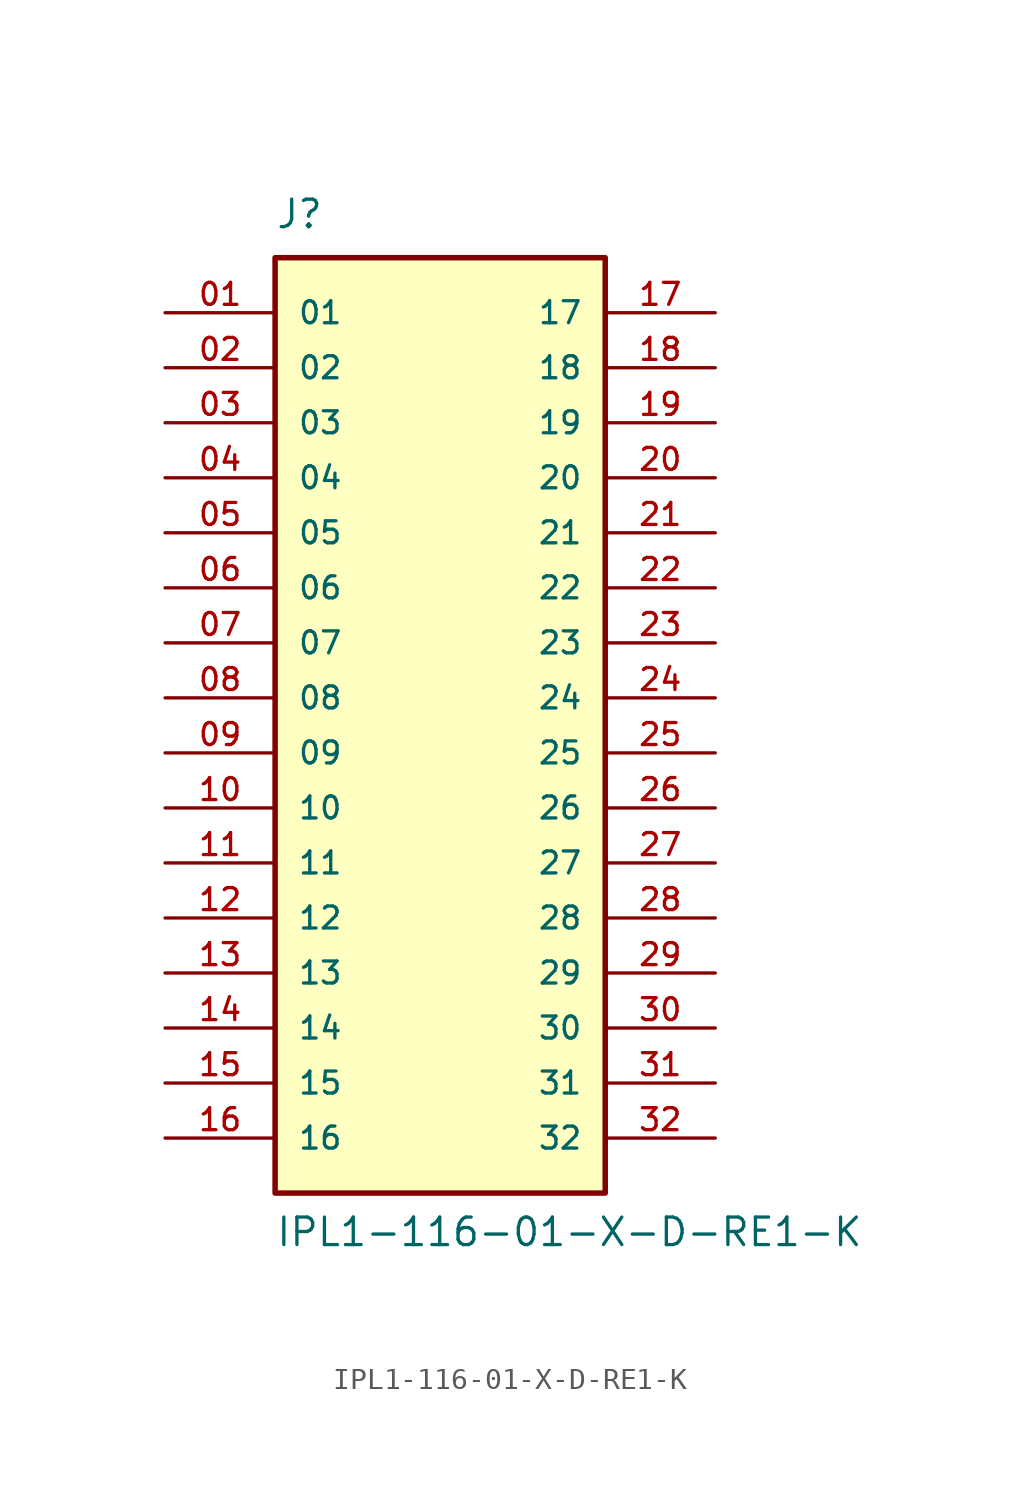
<source format=kicad_sym>
(kicad_symbol_lib
  (version 20211014)
  (generator kicad_symbol_editor)
  (symbol "IPL1-116-01-X-D-RE1-K"
    (pin_names
      (offset 1.016))
    (property "Reference" "J"
      (at -7.62 21.59 0)
      (effects (font (size 1.27 1.27)) (justify bottom left)))
    (property "Value" "IPL1-116-01-X-D-RE1-K"
      (at -7.62 -25.4 0)
      (effects (font (size 1.27 1.27)) (justify bottom left)))
    (symbol "IPL1-116-01-X-D-RE1-K_0_0"
      (rectangle (start -7.62 -22.86) (end 7.62 20.32) (stroke (width 0.254)) (fill (type background)))
      (pin passive line (at -12.7 17.78 0) (length 5.08) (name "01" (effects (font (size 1.016 1.016)))) (number "01" (effects (font (size 1.016 1.016)))))
      (pin passive line (at -12.7 15.24 0) (length 5.08) (name "02" (effects (font (size 1.016 1.016)))) (number "02" (effects (font (size 1.016 1.016)))))
      (pin passive line (at -12.7 12.7 0) (length 5.08) (name "03" (effects (font (size 1.016 1.016)))) (number "03" (effects (font (size 1.016 1.016)))))
      (pin passive line (at -12.7 10.16 0) (length 5.08) (name "04" (effects (font (size 1.016 1.016)))) (number "04" (effects (font (size 1.016 1.016)))))
      (pin passive line (at -12.7 7.62 0) (length 5.08) (name "05" (effects (font (size 1.016 1.016)))) (number "05" (effects (font (size 1.016 1.016)))))
      (pin passive line (at -12.7 5.08 0) (length 5.08) (name "06" (effects (font (size 1.016 1.016)))) (number "06" (effects (font (size 1.016 1.016)))))
      (pin passive line (at -12.7 2.54 0) (length 5.08) (name "07" (effects (font (size 1.016 1.016)))) (number "07" (effects (font (size 1.016 1.016)))))
      (pin passive line (at -12.7 0.0 0) (length 5.08) (name "08" (effects (font (size 1.016 1.016)))) (number "08" (effects (font (size 1.016 1.016)))))
      (pin passive line (at -12.7 -2.54 0) (length 5.08) (name "09" (effects (font (size 1.016 1.016)))) (number "09" (effects (font (size 1.016 1.016)))))
      (pin passive line (at -12.7 -5.08 0) (length 5.08) (name "10" (effects (font (size 1.016 1.016)))) (number "10" (effects (font (size 1.016 1.016)))))
      (pin passive line (at -12.7 -7.62 0) (length 5.08) (name "11" (effects (font (size 1.016 1.016)))) (number "11" (effects (font (size 1.016 1.016)))))
      (pin passive line (at -12.7 -10.16 0) (length 5.08) (name "12" (effects (font (size 1.016 1.016)))) (number "12" (effects (font (size 1.016 1.016)))))
      (pin passive line (at -12.7 -12.7 0) (length 5.08) (name "13" (effects (font (size 1.016 1.016)))) (number "13" (effects (font (size 1.016 1.016)))))
      (pin passive line (at -12.7 -15.24 0) (length 5.08) (name "14" (effects (font (size 1.016 1.016)))) (number "14" (effects (font (size 1.016 1.016)))))
      (pin passive line (at -12.7 -17.78 0) (length 5.08) (name "15" (effects (font (size 1.016 1.016)))) (number "15" (effects (font (size 1.016 1.016)))))
      (pin passive line (at -12.7 -20.32 0) (length 5.08) (name "16" (effects (font (size 1.016 1.016)))) (number "16" (effects (font (size 1.016 1.016)))))
      (pin passive line (at 12.7 17.78 180.0) (length 5.08) (name "17" (effects (font (size 1.016 1.016)))) (number "17" (effects (font (size 1.016 1.016)))))
      (pin passive line (at 12.7 15.24 180.0) (length 5.08) (name "18" (effects (font (size 1.016 1.016)))) (number "18" (effects (font (size 1.016 1.016)))))
      (pin passive line (at 12.7 12.7 180.0) (length 5.08) (name "19" (effects (font (size 1.016 1.016)))) (number "19" (effects (font (size 1.016 1.016)))))
      (pin passive line (at 12.7 10.16 180.0) (length 5.08) (name "20" (effects (font (size 1.016 1.016)))) (number "20" (effects (font (size 1.016 1.016)))))
      (pin passive line (at 12.7 7.62 180.0) (length 5.08) (name "21" (effects (font (size 1.016 1.016)))) (number "21" (effects (font (size 1.016 1.016)))))
      (pin passive line (at 12.7 5.08 180.0) (length 5.08) (name "22" (effects (font (size 1.016 1.016)))) (number "22" (effects (font (size 1.016 1.016)))))
      (pin passive line (at 12.7 2.54 180.0) (length 5.08) (name "23" (effects (font (size 1.016 1.016)))) (number "23" (effects (font (size 1.016 1.016)))))
      (pin passive line (at 12.7 0.0 180.0) (length 5.08) (name "24" (effects (font (size 1.016 1.016)))) (number "24" (effects (font (size 1.016 1.016)))))
      (pin passive line (at 12.7 -2.54 180.0) (length 5.08) (name "25" (effects (font (size 1.016 1.016)))) (number "25" (effects (font (size 1.016 1.016)))))
      (pin passive line (at 12.7 -5.08 180.0) (length 5.08) (name "26" (effects (font (size 1.016 1.016)))) (number "26" (effects (font (size 1.016 1.016)))))
      (pin passive line (at 12.7 -7.62 180.0) (length 5.08) (name "27" (effects (font (size 1.016 1.016)))) (number "27" (effects (font (size 1.016 1.016)))))
      (pin passive line (at 12.7 -10.16 180.0) (length 5.08) (name "28" (effects (font (size 1.016 1.016)))) (number "28" (effects (font (size 1.016 1.016)))))
      (pin passive line (at 12.7 -12.7 180.0) (length 5.08) (name "29" (effects (font (size 1.016 1.016)))) (number "29" (effects (font (size 1.016 1.016)))))
      (pin passive line (at 12.7 -15.24 180.0) (length 5.08) (name "30" (effects (font (size 1.016 1.016)))) (number "30" (effects (font (size 1.016 1.016)))))
      (pin passive line (at 12.7 -17.78 180.0) (length 5.08) (name "31" (effects (font (size 1.016 1.016)))) (number "31" (effects (font (size 1.016 1.016)))))
      (pin passive line (at 12.7 -20.32 180.0) (length 5.08) (name "32" (effects (font (size 1.016 1.016)))) (number "32" (effects (font (size 1.016 1.016))))))))
</source>
